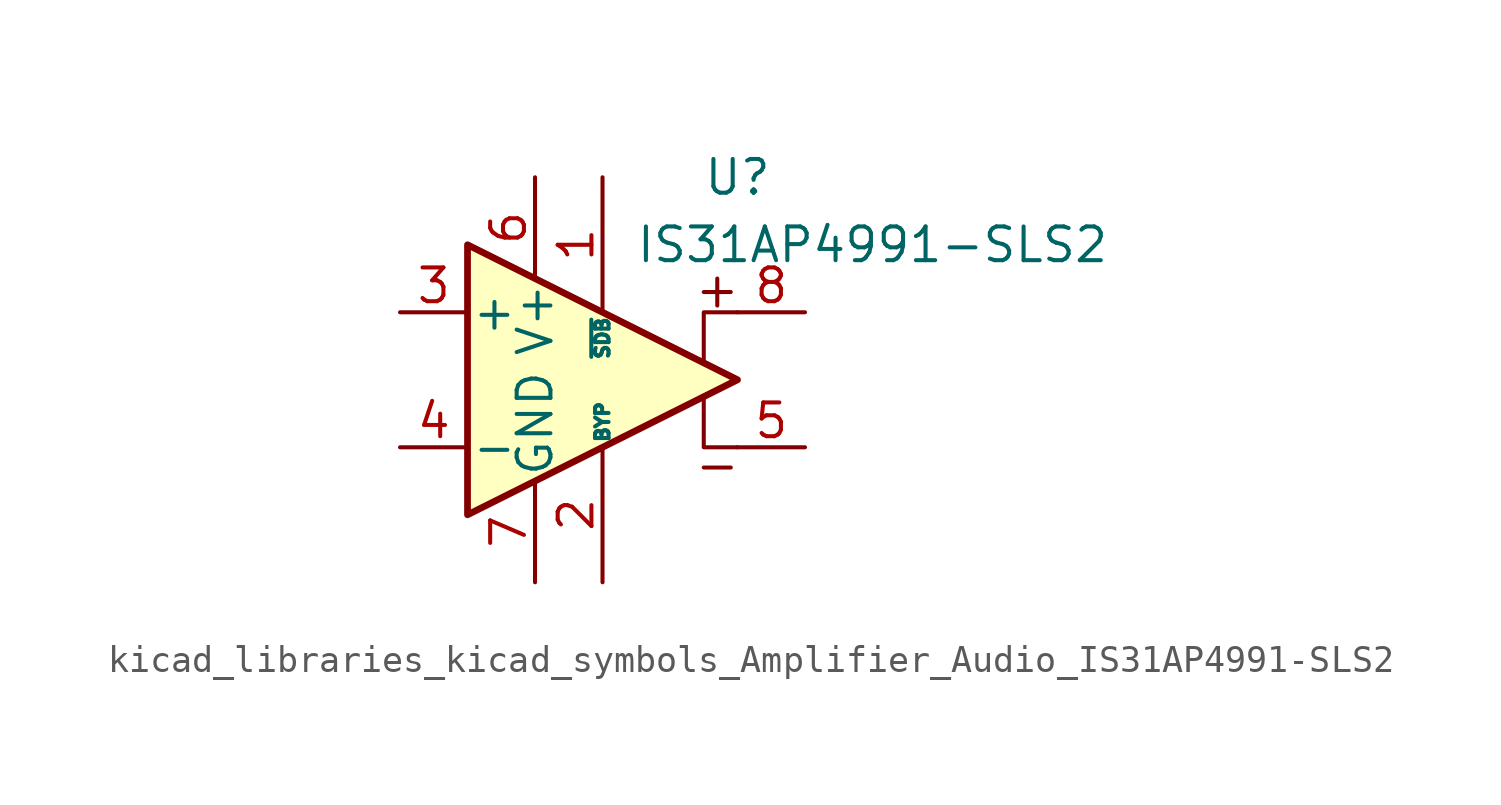
<source format=kicad_sym>
(kicad_symbol_lib
  (version 20220914)
  (generator kicad_symbol_editor)
  (symbol "kicad_libraries_kicad_symbols_Amplifier_Audio_IS31AP4991-SLS2"
    (pin_names
      (offset 0.127))
    (property "Reference" "U"
      (at 5.08 7.62 0)
      (effects (font (size 1.27 1.27))))
    (property "Value" "IS31AP4991-SLS2"
      (at 10.16 5.08 0)
      (effects (font (size 1.27 1.27))))
    (symbol "kicad_libraries_kicad_symbols_Amplifier_Audio_IS31AP4991-SLS2_0_1"
      (polyline (pts (xy 3.81 -3.302) (xy 4.826 -3.302)) (stroke (width 0) (type default)) (fill (type none)))
      (polyline (pts (xy 3.81 3.302) (xy 4.826 3.302)) (stroke (width 0) (type default)) (fill (type none)))
      (polyline (pts (xy 4.318 2.794) (xy 4.318 3.81)) (stroke (width 0) (type default)) (fill (type none))))
    (symbol "kicad_libraries_kicad_symbols_Amplifier_Audio_IS31AP4991-SLS2_1_1"
      (polyline (pts (xy 3.81 -0.635) (xy 3.81 -2.54) (xy 5.08 -2.54)) (stroke (width 0) (type default)) (fill (type none)))
      (polyline (pts (xy 5.08 2.54) (xy 3.81 2.54) (xy 3.81 0.635)) (stroke (width 0) (type default)) (fill (type none)))
      (polyline (pts (xy -5.08 5.08) (xy 5.08 0) (xy -5.08 -5.08) (xy -5.08 5.08)) (stroke (width 0.254) (type default)) (fill (type background)))
      (pin input line (at 0 7.62 270) (length 5.08) (name "~{SDB}" (effects (font (size 0.508 0.508)))) (number "1" (effects (font (size 1.27 1.27)))))
      (pin passive line (at 0 -7.62 90) (length 5.08) (name "BYP" (effects (font (size 0.508 0.508)))) (number "2" (effects (font (size 1.27 1.27)))))
      (pin input line (at -7.62 2.54 0) (length 2.54) (name "+" (effects (font (size 1.27 1.27)))) (number "3" (effects (font (size 1.27 1.27)))))
      (pin input line (at -7.62 -2.54 0) (length 2.54) (name "-" (effects (font (size 1.27 1.27)))) (number "4" (effects (font (size 1.27 1.27)))))
      (pin output line (at 7.62 -2.54 180) (length 2.54) (name "~" (effects (font (size 1.27 1.27)))) (number "5" (effects (font (size 1.27 1.27)))))
      (pin power_in line (at -2.54 7.62 270) (length 3.81) (name "V+" (effects (font (size 1.27 1.27)))) (number "6" (effects (font (size 1.27 1.27)))))
      (pin power_in line (at -2.54 -7.62 90) (length 3.81) (name "GND" (effects (font (size 1.27 1.27)))) (number "7" (effects (font (size 1.27 1.27)))))
      (pin output line (at 7.62 2.54 180) (length 2.54) (name "~" (effects (font (size 1.27 1.27)))) (number "8" (effects (font (size 1.27 1.27))))))))
</source>
